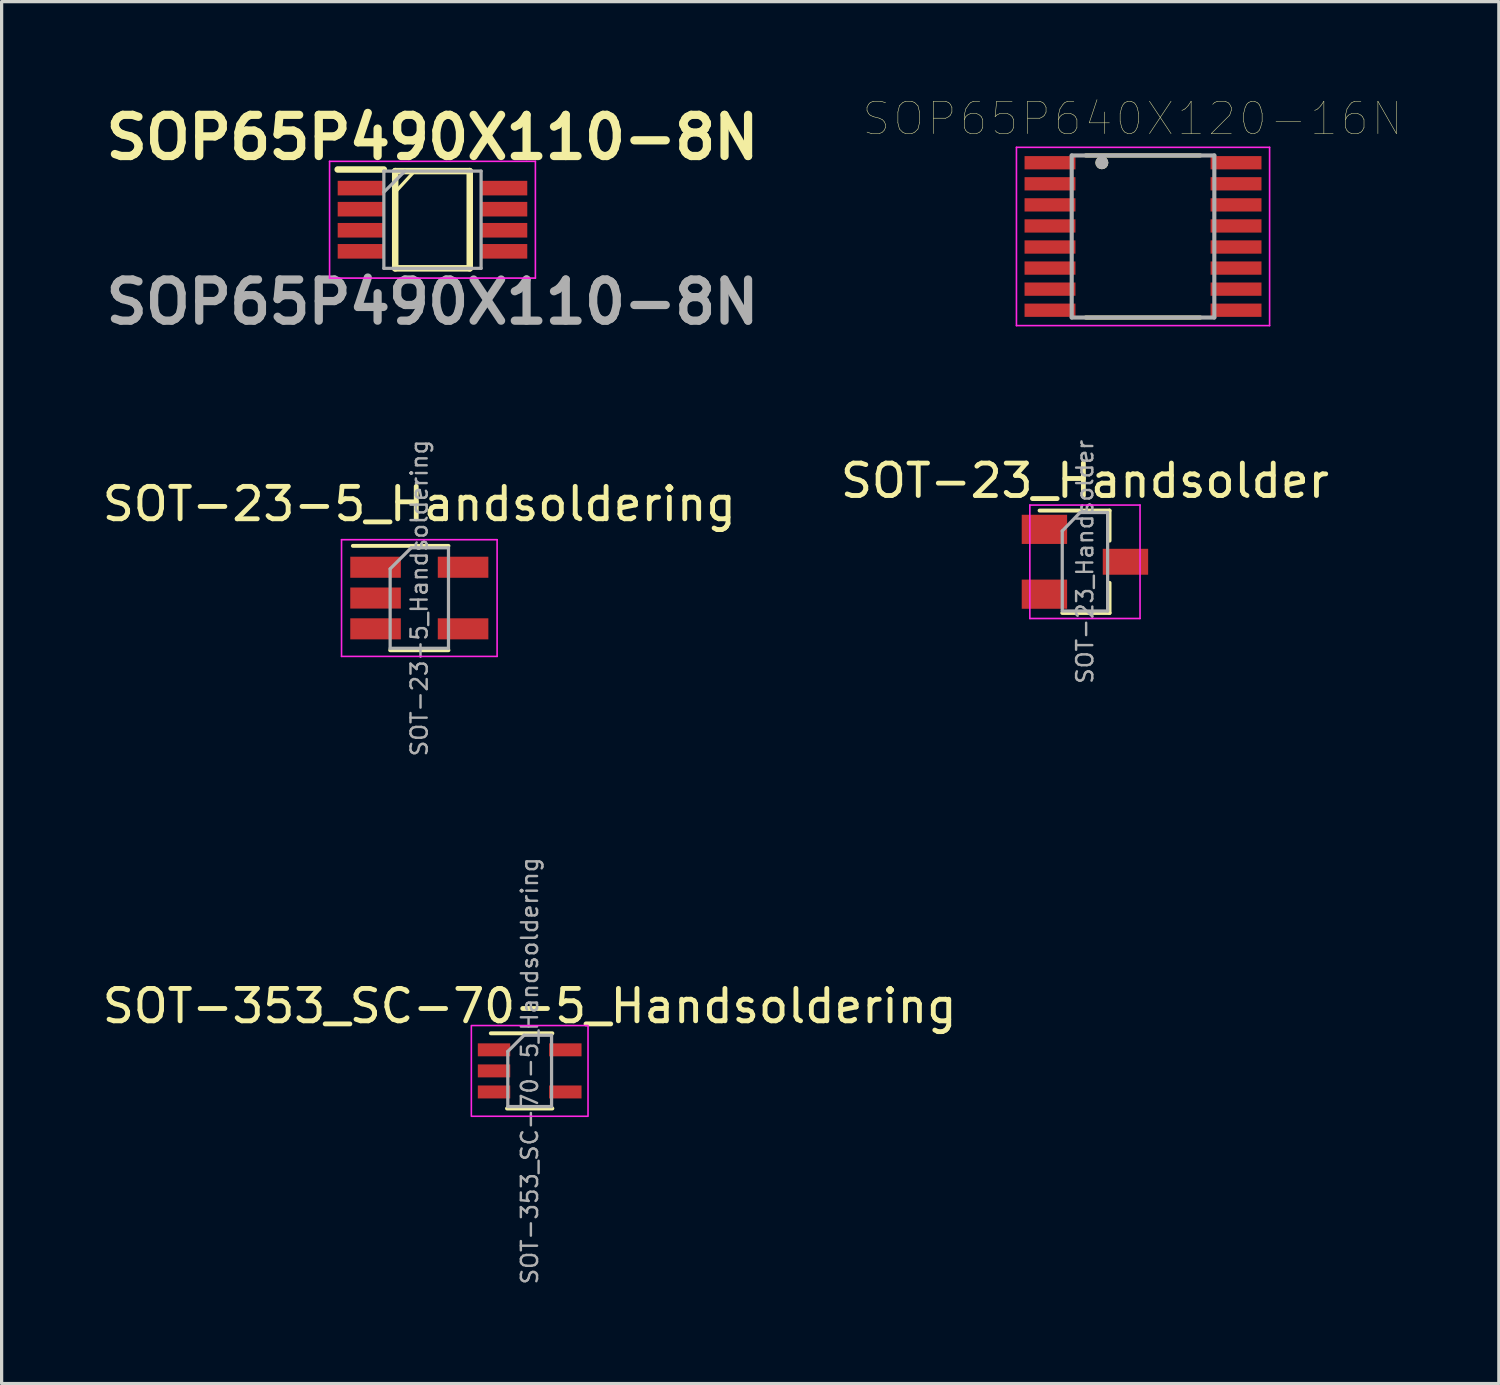
<source format=kicad_pcb>
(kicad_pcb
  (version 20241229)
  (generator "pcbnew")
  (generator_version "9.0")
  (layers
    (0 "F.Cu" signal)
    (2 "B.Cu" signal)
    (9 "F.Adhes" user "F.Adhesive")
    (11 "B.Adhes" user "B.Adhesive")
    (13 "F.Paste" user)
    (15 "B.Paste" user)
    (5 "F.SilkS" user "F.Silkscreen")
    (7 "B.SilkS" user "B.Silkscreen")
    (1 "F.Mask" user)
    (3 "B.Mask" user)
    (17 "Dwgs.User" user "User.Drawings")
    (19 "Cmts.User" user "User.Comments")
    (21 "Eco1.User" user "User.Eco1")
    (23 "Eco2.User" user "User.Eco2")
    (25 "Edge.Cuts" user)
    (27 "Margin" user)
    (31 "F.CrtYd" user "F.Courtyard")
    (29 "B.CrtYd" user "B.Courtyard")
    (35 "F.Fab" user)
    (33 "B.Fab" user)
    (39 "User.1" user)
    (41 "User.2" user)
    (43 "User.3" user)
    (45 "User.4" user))
  (footprint "SOP65P640X120-16N"
    (layer "F.Cu")
    (at 32.215 4.246)
    (property "Reference" "SOP65P640X120-16N" (at -0.325 -3.635 0) (layer "F.SilkS") (effects (font (size 1 1) (thickness 0.015))))
    (attr through_hole)
    (fp_line (start -1.765 -2.5) (end 1.765 -2.5) (stroke (width 0.127) (type solid)) (layer "F.SilkS"))
    (fp_line (start 1.765 2.5) (end -1.765 2.5) (stroke (width 0.127) (type solid)) (layer "F.SilkS"))
    (fp_circle (center -1.27 -2.275) (end -1.17 -2.275) (stroke (width 0.2) (type solid)) (fill no) (layer "F.SilkS"))
    (fp_line (start -3.905 -2.75) (end -3.905 2.75) (stroke (width 0.05) (type solid)) (layer "F.CrtYd"))
    (fp_line (start -3.905 -2.75) (end 3.905 -2.75) (stroke (width 0.05) (type solid)) (layer "F.CrtYd"))
    (fp_line (start -3.905 2.75) (end 3.905 2.75) (stroke (width 0.05) (type solid)) (layer "F.CrtYd"))
    (fp_line (start 3.905 -2.75) (end 3.905 2.75) (stroke (width 0.05) (type solid)) (layer "F.CrtYd"))
    (fp_line (start -2.2 -2.5) (end -2.2 2.5) (stroke (width 0.127) (type solid)) (layer "F.Fab"))
    (fp_line (start -2.2 -2.5) (end 2.2 -2.5) (stroke (width 0.127) (type solid)) (layer "F.Fab"))
    (fp_line (start -2.2 2.5) (end 2.2 2.5) (stroke (width 0.127) (type solid)) (layer "F.Fab"))
    (fp_line (start 2.2 -2.5) (end 2.2 2.5) (stroke (width 0.127) (type solid)) (layer "F.Fab"))
    (fp_circle (center -1.27 -2.275) (end -1.17 -2.275) (stroke (width 0.2) (type solid)) (fill no) (layer "F.Fab"))
    (pad "1" smd rect (at -2.87 -2.275) (size 1.57 0.41) (layers "F.Cu" "F.Mask" "F.Paste"))
    (pad "2" smd rect (at -2.87 -1.625) (size 1.57 0.41) (layers "F.Cu" "F.Mask" "F.Paste"))
    (pad "3" smd rect (at -2.87 -0.975) (size 1.57 0.41) (layers "F.Cu" "F.Mask" "F.Paste"))
    (pad "4" smd rect (at -2.87 -0.325) (size 1.57 0.41) (layers "F.Cu" "F.Mask" "F.Paste"))
    (pad "5" smd rect (at -2.87 0.325) (size 1.57 0.41) (layers "F.Cu" "F.Mask" "F.Paste"))
    (pad "6" smd rect (at -2.87 0.975) (size 1.57 0.41) (layers "F.Cu" "F.Mask" "F.Paste"))
    (pad "7" smd rect (at -2.87 1.625) (size 1.57 0.41) (layers "F.Cu" "F.Mask" "F.Paste"))
    (pad "8" smd rect (at -2.87 2.275) (size 1.57 0.41) (layers "F.Cu" "F.Mask" "F.Paste"))
    (pad "9" smd rect (at 2.87 2.275) (size 1.57 0.41) (layers "F.Cu" "F.Mask" "F.Paste"))
    (pad "10" smd rect (at 2.87 1.625) (size 1.57 0.41) (layers "F.Cu" "F.Mask" "F.Paste"))
    (pad "11" smd rect (at 2.87 0.975) (size 1.57 0.41) (layers "F.Cu" "F.Mask" "F.Paste"))
    (pad "12" smd rect (at 2.87 0.325) (size 1.57 0.41) (layers "F.Cu" "F.Mask" "F.Paste"))
    (pad "13" smd rect (at 2.87 -0.325) (size 1.57 0.41) (layers "F.Cu" "F.Mask" "F.Paste"))
    (pad "14" smd rect (at 2.87 -0.975) (size 1.57 0.41) (layers "F.Cu" "F.Mask" "F.Paste"))
    (pad "15" smd rect (at 2.87 -1.625) (size 1.57 0.41) (layers "F.Cu" "F.Mask" "F.Paste"))
    (pad "16" smd rect (at 2.87 -2.275) (size 1.57 0.41) (layers "F.Cu" "F.Mask" "F.Paste")))
  (footprint "SOT-23-5_Handsoldering"
    (layer "F.Cu")
    (at 9.887 15.401)
    (property "Reference" "SOT-23-5_Handsoldering" (at 0 -2.9 0) (layer "F.SilkS") (effects (font (size 1 1) (thickness 0.15))))
    (attr smd)
    (fp_line (start -0.9 1.61) (end 0.9 1.61) (stroke (width 0.12) (type solid)) (layer "F.SilkS"))
    (fp_line (start 0.9 -1.61) (end -2.05 -1.61) (stroke (width 0.12) (type solid)) (layer "F.SilkS"))
    (fp_line (start -2.4 -1.8) (end 2.4 -1.8) (stroke (width 0.05) (type solid)) (layer "F.CrtYd"))
    (fp_line (start -2.4 1.8) (end -2.4 -1.8) (stroke (width 0.05) (type solid)) (layer "F.CrtYd"))
    (fp_line (start 2.4 -1.8) (end 2.4 1.8) (stroke (width 0.05) (type solid)) (layer "F.CrtYd"))
    (fp_line (start 2.4 1.8) (end -2.4 1.8) (stroke (width 0.05) (type solid)) (layer "F.CrtYd"))
    (fp_line (start -0.9 -0.9) (end -0.9 1.55) (stroke (width 0.1) (type solid)) (layer "F.Fab"))
    (fp_line (start -0.9 -0.9) (end -0.25 -1.55) (stroke (width 0.1) (type solid)) (layer "F.Fab"))
    (fp_line (start 0.9 -1.55) (end -0.25 -1.55) (stroke (width 0.1) (type solid)) (layer "F.Fab"))
    (fp_line (start 0.9 -1.55) (end 0.9 1.55) (stroke (width 0.1) (type solid)) (layer "F.Fab"))
    (fp_line (start 0.9 1.55) (end -0.9 1.55) (stroke (width 0.1) (type solid)) (layer "F.Fab"))
    (fp_text user "${REFERENCE}" (at 0 0 90) (layer "F.Fab") (effects (font (size 0.5 0.5) (thickness 0.075))))
    (pad "1" smd rect (at -1.35 -0.95) (size 1.56 0.65) (layers "F.Cu" "F.Mask" "F.Paste"))
    (pad "2" smd rect (at -1.35 0) (size 1.56 0.65) (layers "F.Cu" "F.Mask" "F.Paste"))
    (pad "3" smd rect (at -1.35 0.95) (size 1.56 0.65) (layers "F.Cu" "F.Mask" "F.Paste"))
    (pad "4" smd rect (at 1.35 0.95) (size 1.56 0.65) (layers "F.Cu" "F.Mask" "F.Paste"))
    (pad "5" smd rect (at 1.35 -0.95) (size 1.56 0.65) (layers "F.Cu" "F.Mask" "F.Paste")))
  (footprint "SOT-23_Handsolder"
    (layer "F.Cu")
    (at 30.423 14.282)
    (property "Reference" "SOT-23_Handsolder" (at 0 -2.5 0) (layer "F.SilkS") (effects (font (size 1 1) (thickness 0.15))))
    (attr smd)
    (fp_line (start 0.76 -1.58) (end -1.4 -1.58) (stroke (width 0.12) (type solid)) (layer "F.SilkS"))
    (fp_line (start 0.76 -1.58) (end 0.76 -0.65) (stroke (width 0.12) (type solid)) (layer "F.SilkS"))
    (fp_line (start 0.76 1.58) (end -0.7 1.58) (stroke (width 0.12) (type solid)) (layer "F.SilkS"))
    (fp_line (start 0.76 1.58) (end 0.76 0.65) (stroke (width 0.12) (type solid)) (layer "F.SilkS"))
    (fp_line (start -1.7 -1.75) (end 1.7 -1.75) (stroke (width 0.05) (type solid)) (layer "F.CrtYd"))
    (fp_line (start -1.7 1.75) (end -1.7 -1.75) (stroke (width 0.05) (type solid)) (layer "F.CrtYd"))
    (fp_line (start 1.7 -1.75) (end 1.7 1.75) (stroke (width 0.05) (type solid)) (layer "F.CrtYd"))
    (fp_line (start 1.7 1.75) (end -1.7 1.75) (stroke (width 0.05) (type solid)) (layer "F.CrtYd"))
    (fp_line (start -0.7 -0.95) (end -0.7 1.5) (stroke (width 0.1) (type solid)) (layer "F.Fab"))
    (fp_line (start -0.7 -0.95) (end -0.15 -1.52) (stroke (width 0.1) (type solid)) (layer "F.Fab"))
    (fp_line (start -0.7 1.52) (end 0.7 1.52) (stroke (width 0.1) (type solid)) (layer "F.Fab"))
    (fp_line (start -0.15 -1.52) (end 0.7 -1.52) (stroke (width 0.1) (type solid)) (layer "F.Fab"))
    (fp_line (start 0.7 -1.52) (end 0.7 1.52) (stroke (width 0.1) (type solid)) (layer "F.Fab"))
    (fp_text user "${REFERENCE}" (at 0 0 90) (layer "F.Fab") (effects (font (size 0.5 0.5) (thickness 0.075))))
    (pad "1" smd rect (at -1.25 -1) (size 1.4 0.9) (layers "F.Cu" "F.Mask" "F.Paste"))
    (pad "2" smd rect (at -1.25 1) (size 1.4 0.9) (layers "F.Cu" "F.Mask" "F.Paste"))
    (pad "3" smd rect (at 1.25 0) (size 1.4 0.8) (layers "F.Cu" "F.Mask" "F.Paste")))
  (footprint "SOP65P490X110-8N"
    (layer "F.Cu")
    (at 10.293 3.729)
    (property "Reference" "SOP65P490X110-8N" (at 0 -2.54 0) (layer "F.SilkS") (effects (font (size 1.27 1.27) (thickness 0.254))))
    (attr smd)
    (fp_line (start -2.925 -1.55) (end -1.5 -1.55) (stroke (width 0.2) (type solid)) (layer "F.SilkS"))
    (fp_line (start -1.15 -1.5) (end 1.15 -1.5) (stroke (width 0.2) (type solid)) (layer "F.SilkS"))
    (fp_line (start -1.15 -0.85) (end -0.55 -1.5) (stroke (width 0.1) (type default)) (layer "F.SilkS"))
    (fp_line (start -1.15 1.5) (end -1.15 -1.5) (stroke (width 0.2) (type solid)) (layer "F.SilkS"))
    (fp_line (start 1.15 -1.5) (end 1.15 1.5) (stroke (width 0.2) (type solid)) (layer "F.SilkS"))
    (fp_line (start 1.15 1.5) (end -1.15 1.5) (stroke (width 0.2) (type solid)) (layer "F.SilkS"))
    (fp_line (start -3.175 -1.801) (end 3.175 -1.801) (stroke (width 0.05) (type solid)) (layer "F.CrtYd"))
    (fp_line (start -3.175 1.801) (end -3.175 -1.801) (stroke (width 0.05) (type solid)) (layer "F.CrtYd"))
    (fp_line (start 3.175 -1.801) (end 3.175 1.801) (stroke (width 0.05) (type solid)) (layer "F.CrtYd"))
    (fp_line (start 3.175 1.801) (end -3.175 1.801) (stroke (width 0.05) (type solid)) (layer "F.CrtYd"))
    (fp_line (start -1.5 -1.5) (end 1.5 -1.5) (stroke (width 0.1) (type solid)) (layer "F.Fab"))
    (fp_line (start -1.5 -0.85) (end -0.85 -1.5) (stroke (width 0.1) (type solid)) (layer "F.Fab"))
    (fp_line (start -1.5 1.5) (end -1.5 -1.5) (stroke (width 0.1) (type solid)) (layer "F.Fab"))
    (fp_line (start 1.5 -1.5) (end 1.5 1.5) (stroke (width 0.1) (type solid)) (layer "F.Fab"))
    (fp_line (start 1.5 1.5) (end -1.5 1.5) (stroke (width 0.1) (type solid)) (layer "F.Fab"))
    (fp_text user "${REFERENCE}" (at 0 2.54 0) (layer "F.Fab") (effects (font (size 1.27 1.27) (thickness 0.254))))
    (pad "1" smd rect (at -2.212 -0.975 90) (size 0.45 1.425) (layers "F.Cu" "F.Mask" "F.Paste"))
    (pad "2" smd rect (at -2.212 -0.325 90) (size 0.45 1.425) (layers "F.Cu" "F.Mask" "F.Paste"))
    (pad "3" smd rect (at -2.212 0.325 90) (size 0.45 1.425) (layers "F.Cu" "F.Mask" "F.Paste"))
    (pad "4" smd rect (at -2.212 0.975 90) (size 0.45 1.425) (layers "F.Cu" "F.Mask" "F.Paste"))
    (pad "5" smd rect (at 2.212 0.975 90) (size 0.45 1.425) (layers "F.Cu" "F.Mask" "F.Paste"))
    (pad "6" smd rect (at 2.212 0.325 90) (size 0.45 1.425) (layers "F.Cu" "F.Mask" "F.Paste"))
    (pad "7" smd rect (at 2.212 -0.325 90) (size 0.45 1.425) (layers "F.Cu" "F.Mask" "F.Paste"))
    (pad "8" smd rect (at 2.212 -0.975 90) (size 0.45 1.425) (layers "F.Cu" "F.Mask" "F.Paste")))
  (footprint "SOT-353_SC-70-5_Handsoldering"
    (layer "F.Cu")
    (at 13.292 29.99)
    (property "Reference" "SOT-353_SC-70-5_Handsoldering" (at 0 -2 0) (layer "F.SilkS") (effects (font (size 1 1) (thickness 0.15))))
    (attr smd)
    (fp_line (start -0.7 1.16) (end 0.7 1.16) (stroke (width 0.12) (type solid)) (layer "F.SilkS"))
    (fp_line (start 0.7 -1.16) (end -1.2 -1.16) (stroke (width 0.12) (type solid)) (layer "F.SilkS"))
    (fp_rect (start -1.8 -1.4) (end 1.8 1.4) (stroke (width 0.05) (type default)) (fill no) (layer "F.CrtYd"))
    (fp_line (start -0.675 -0.6) (end -0.675 1.1) (stroke (width 0.1) (type solid)) (layer "F.Fab"))
    (fp_line (start -0.175 -1.1) (end -0.675 -0.6) (stroke (width 0.1) (type solid)) (layer "F.Fab"))
    (fp_line (start 0.675 -1.1) (end -0.175 -1.1) (stroke (width 0.1) (type solid)) (layer "F.Fab"))
    (fp_line (start 0.675 -1.1) (end 0.675 1.1) (stroke (width 0.1) (type solid)) (layer "F.Fab"))
    (fp_line (start 0.675 1.1) (end -0.675 1.1) (stroke (width 0.1) (type solid)) (layer "F.Fab"))
    (fp_text user "${REFERENCE}" (at 0 0 90) (layer "F.Fab") (effects (font (size 0.5 0.5) (thickness 0.075))))
    (pad "1" smd rect (at -1.1 -0.65) (size 1 0.4) (layers "F.Cu" "F.Mask" "F.Paste"))
    (pad "2" smd rect (at -1.1 0) (size 1 0.4) (layers "F.Cu" "F.Mask" "F.Paste"))
    (pad "3" smd rect (at -1.1 0.65) (size 1 0.4) (layers "F.Cu" "F.Mask" "F.Paste"))
    (pad "4" smd rect (at 1.1 0.65) (size 1 0.4) (layers "F.Cu" "F.Mask" "F.Paste"))
    (pad "5" smd rect (at 1.1 -0.65) (size 1 0.4) (layers "F.Cu" "F.Mask" "F.Paste")))
  (gr_rect
    (start -3 -3)
    (end 43.193 39.636)
    (stroke (width 0.1) (type default))
    (fill no)
    (layer "Edge.Cuts")))
</source>
